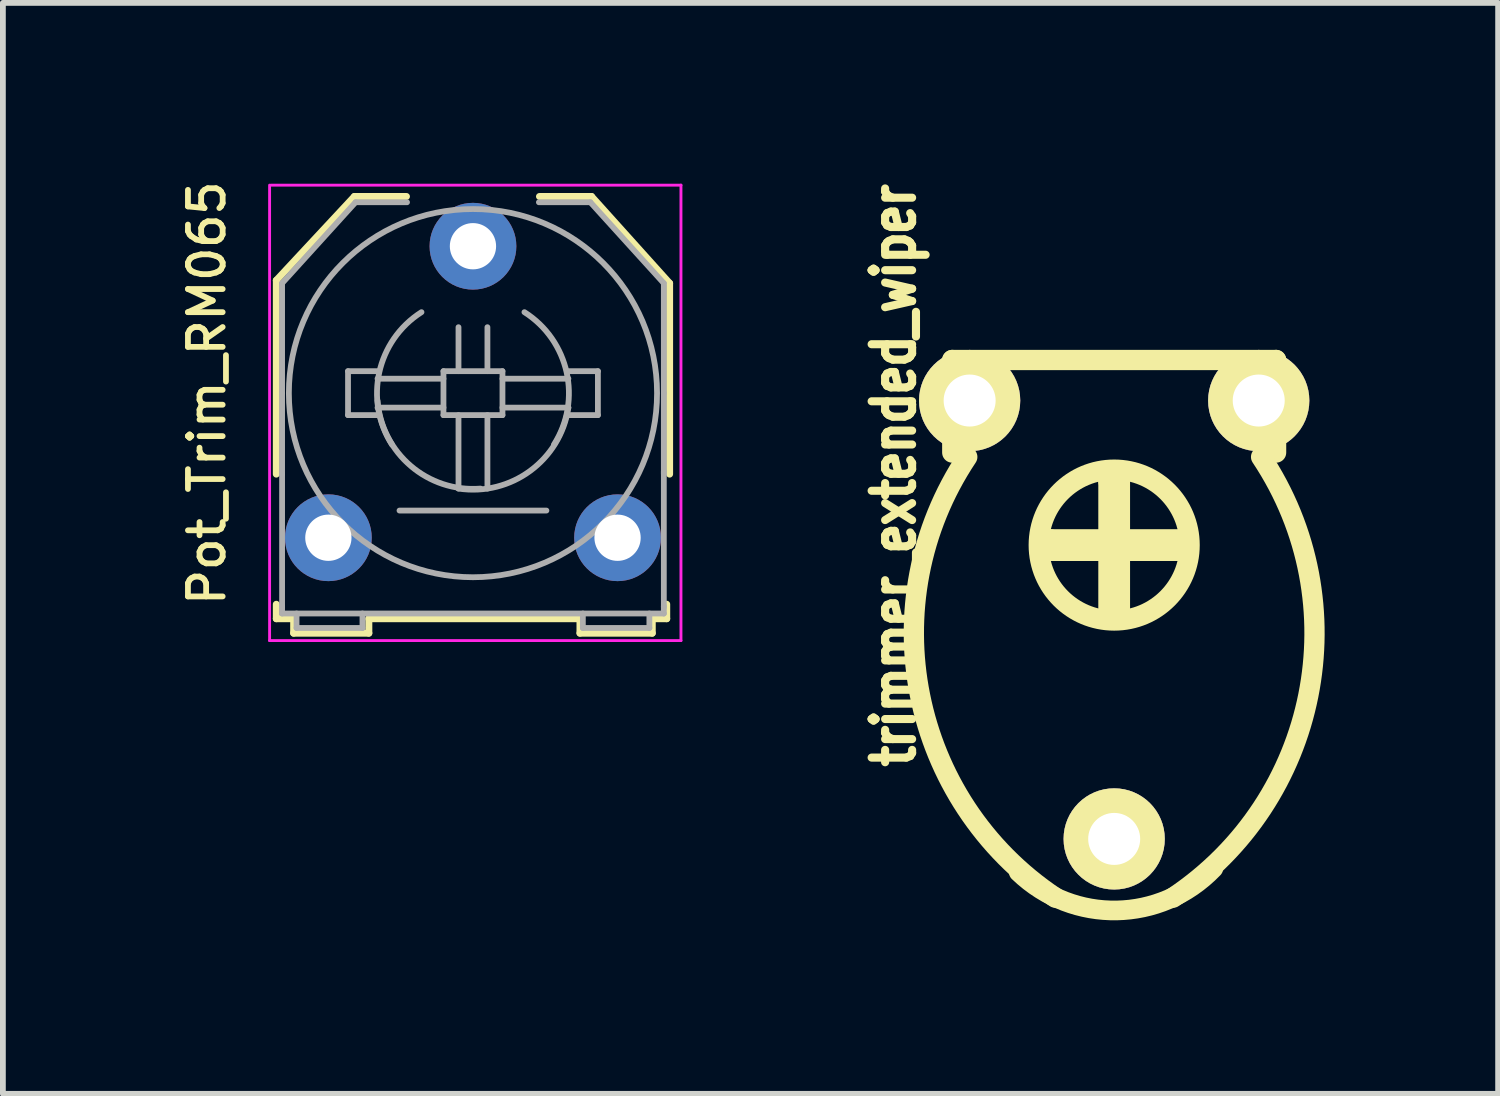
<source format=kicad_pcb>
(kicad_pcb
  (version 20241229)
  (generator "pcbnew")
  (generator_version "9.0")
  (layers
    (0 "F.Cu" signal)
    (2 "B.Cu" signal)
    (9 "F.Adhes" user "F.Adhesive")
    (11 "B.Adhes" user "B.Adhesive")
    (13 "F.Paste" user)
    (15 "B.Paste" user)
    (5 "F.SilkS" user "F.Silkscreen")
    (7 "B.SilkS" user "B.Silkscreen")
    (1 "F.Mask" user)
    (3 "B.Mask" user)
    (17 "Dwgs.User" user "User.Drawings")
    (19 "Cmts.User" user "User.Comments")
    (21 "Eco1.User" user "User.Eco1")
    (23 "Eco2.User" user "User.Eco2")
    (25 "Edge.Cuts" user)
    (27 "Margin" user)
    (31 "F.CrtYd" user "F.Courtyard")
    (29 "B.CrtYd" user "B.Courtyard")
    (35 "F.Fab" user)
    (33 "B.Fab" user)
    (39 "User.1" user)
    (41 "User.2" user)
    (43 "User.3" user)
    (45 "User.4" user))
  (footprint "trimmer_extended_wiper"
    (layer "F.Cu")
    (at 16.213 6.374)
    (property "Reference" "trimmer_extended_wiper" (at -3.81 -1.206 90) (layer "F.SilkS") (effects (font (size 0.7 0.56) (thickness 0.14))))
    (attr through_hole)
    (fp_line (start -2.799 -3.2) (end -2.799 -1.6) (stroke (width 0.351) (type solid)) (layer "F.SilkS"))
    (fp_line (start -1.1 -0.099) (end -1.1 0.099) (stroke (width 0.351) (type solid)) (layer "F.SilkS"))
    (fp_line (start -1.1 0.099) (end 1.199 0.099) (stroke (width 0.351) (type solid)) (layer "F.SilkS"))
    (fp_line (start -0.099 -1.1) (end 0.099 -1.1) (stroke (width 0.351) (type solid)) (layer "F.SilkS"))
    (fp_line (start -0.099 1.199) (end -0.099 -1.1) (stroke (width 0.351) (type solid)) (layer "F.SilkS"))
    (fp_line (start 0.099 -1.1) (end 0.099 1.199) (stroke (width 0.351) (type solid)) (layer "F.SilkS"))
    (fp_line (start 1.199 -0.099) (end -1.1 -0.099) (stroke (width 0.351) (type solid)) (layer "F.SilkS"))
    (fp_line (start 2.799 -3.2) (end -2.799 -3.2) (stroke (width 0.351) (type solid)) (layer "F.SilkS"))
    (fp_line (start 2.799 -3.2) (end 2.799 -1.6) (stroke (width 0.351) (type solid)) (layer "F.SilkS"))
    (fp_arc (start -1.016 6.096) (mid -3.356154 2.601631) (end -2.54 -1.524) (stroke (width 0.35052) (type solid)) (layer "F.SilkS"))
    (fp_arc (start 1.7145 5.588) (mid 0.044901 6.316768) (end -1.651 5.6515) (stroke (width 0.34) (type solid)) (layer "F.SilkS"))
    (fp_arc (start 2.54 -1.524) (mid 3.356154 2.601631) (end 1.016 6.096) (stroke (width 0.35052) (type solid)) (layer "F.SilkS"))
    (fp_circle (center 0 0) (end -1.3 0.099) (stroke (width 0.351) (type solid)) (fill no) (layer "F.SilkS"))
    (pad "1" thru_hole circle (at 2.499 -2.499) (size 1.75 1.75) (drill 0.899) (layers "*.Cu" "*.Mask" "F.SilkS"))
    (pad "2" thru_hole circle (at 0 5.08) (size 1.75 1.75) (drill 0.899) (layers "*.Cu" "*.Mask" "F.SilkS"))
    (pad "3" thru_hole circle (at -2.499 -2.499) (size 1.75 1.75) (drill 0.899) (layers "*.Cu" "*.Mask" "F.SilkS")))
  (footprint "Pot_Trim_RM065"
    (layer "F.Cu")
    (at 2.627 6.247)
    (property "Reference" "Pot_Trim_RM065" (at -2.1 -2.5 90) (layer "F.SilkS") (effects (font (size 0.6 0.6) (thickness 0.1))))
    (attr through_hole)
    (fp_line (start -0.9 -4.45) (end 0.45 -5.9) (stroke (width 0.12) (type solid)) (layer "F.SilkS"))
    (fp_line (start -0.9 -1.1) (end -0.9 -4.45) (stroke (width 0.12) (type solid)) (layer "F.SilkS"))
    (fp_line (start -0.9 1.4) (end -0.9 1.15) (stroke (width 0.12) (type solid)) (layer "F.SilkS"))
    (fp_line (start -0.6 1.4) (end -0.9 1.4) (stroke (width 0.12) (type solid)) (layer "F.SilkS"))
    (fp_line (start -0.6 1.65) (end -0.6 1.4) (stroke (width 0.12) (type solid)) (layer "F.SilkS"))
    (fp_line (start 0.45 -5.9) (end 1.35 -5.9) (stroke (width 0.12) (type solid)) (layer "F.SilkS"))
    (fp_line (start 0.7 1.4) (end 0.7 1.65) (stroke (width 0.12) (type solid)) (layer "F.SilkS"))
    (fp_line (start 0.7 1.65) (end -0.6 1.65) (stroke (width 0.12) (type solid)) (layer "F.SilkS"))
    (fp_line (start 3.65 -5.9) (end 4.55 -5.9) (stroke (width 0.12) (type solid)) (layer "F.SilkS"))
    (fp_line (start 4.35 1.4) (end 0.7 1.4) (stroke (width 0.12) (type solid)) (layer "F.SilkS"))
    (fp_line (start 4.35 1.65) (end 4.35 1.4) (stroke (width 0.12) (type solid)) (layer "F.SilkS"))
    (fp_line (start 4.55 -5.9) (end 5.9 -4.4) (stroke (width 0.12) (type solid)) (layer "F.SilkS"))
    (fp_line (start 5.6 1.4) (end 5.6 1.65) (stroke (width 0.12) (type solid)) (layer "F.SilkS"))
    (fp_line (start 5.6 1.65) (end 4.35 1.65) (stroke (width 0.12) (type solid)) (layer "F.SilkS"))
    (fp_line (start 5.85 1.15) (end 5.85 1.4) (stroke (width 0.12) (type solid)) (layer "F.SilkS"))
    (fp_line (start 5.85 1.4) (end 5.6 1.4) (stroke (width 0.12) (type solid)) (layer "F.SilkS"))
    (fp_line (start 5.9 -4.4) (end 5.9 -1.1) (stroke (width 0.12) (type solid)) (layer "F.SilkS"))
    (fp_line (start -1.016 -6.096) (end -1.016 1.778) (stroke (width 0.05) (type solid)) (layer "F.CrtYd"))
    (fp_line (start -0.992 -6.096) (end 6.096 -6.096) (stroke (width 0.05) (type solid)) (layer "F.CrtYd"))
    (fp_line (start 6.096 1.778) (end -1.016 1.778) (stroke (width 0.05) (type solid)) (layer "F.CrtYd"))
    (fp_line (start 6.096 1.778) (end 6.096 -6.096) (stroke (width 0.05) (type solid)) (layer "F.CrtYd"))
    (fp_line (start -0.8 -4.4) (end -0.8 -2.5) (stroke (width 0.1) (type solid)) (layer "F.Fab"))
    (fp_line (start -0.8 -2.5) (end -0.8 -1.1) (stroke (width 0.1) (type solid)) (layer "F.Fab"))
    (fp_line (start -0.8 -1.1) (end -0.8 1.2) (stroke (width 0.1) (type solid)) (layer "F.Fab"))
    (fp_line (start -0.8 1.31) (end -0.8 1.18) (stroke (width 0.1) (type solid)) (layer "F.Fab"))
    (fp_line (start -0.8 1.31) (end 5.8 1.31) (stroke (width 0.1) (type solid)) (layer "F.Fab"))
    (fp_line (start -0.55 1.31) (end -0.55 1.56) (stroke (width 0.1) (type solid)) (layer "F.Fab"))
    (fp_line (start -0.55 1.56) (end 0.59 1.56) (stroke (width 0.1) (type solid)) (layer "F.Fab"))
    (fp_line (start 0.34 -2.88) (end 0.34 -2.12) (stroke (width 0.1) (type solid)) (layer "F.Fab"))
    (fp_line (start 0.34 -2.12) (end 0.85 -2.12) (stroke (width 0.1) (type solid)) (layer "F.Fab"))
    (fp_line (start 0.47 -5.8) (end -0.8 -4.4) (stroke (width 0.1) (type solid)) (layer "F.Fab"))
    (fp_line (start 0.59 1.56) (end 0.59 1.31) (stroke (width 0.1) (type solid)) (layer "F.Fab"))
    (fp_line (start 0.85 -2.88) (end 0.34 -2.88) (stroke (width 0.1) (type solid)) (layer "F.Fab"))
    (fp_line (start 1.23 -0.47) (end 3.77 -0.47) (stroke (width 0.1) (type solid)) (layer "F.Fab"))
    (fp_line (start 1.36 -5.8) (end 0.47 -5.8) (stroke (width 0.1) (type solid)) (layer "F.Fab"))
    (fp_line (start 1.99 -2.88) (end 1.99 -2.12) (stroke (width 0.1) (type solid)) (layer "F.Fab"))
    (fp_line (start 1.99 -2.75) (end 0.85 -2.75) (stroke (width 0.1) (type solid)) (layer "F.Fab"))
    (fp_line (start 1.99 -2.25) (end 0.85 -2.25) (stroke (width 0.1) (type solid)) (layer "F.Fab"))
    (fp_line (start 1.99 -2.12) (end 3.01 -2.12) (stroke (width 0.1) (type solid)) (layer "F.Fab"))
    (fp_line (start 2.25 -2.88) (end 2.25 -3.64) (stroke (width 0.1) (type solid)) (layer "F.Fab"))
    (fp_line (start 2.25 -2.12) (end 2.25 -0.85) (stroke (width 0.1) (type solid)) (layer "F.Fab"))
    (fp_line (start 2.75 -2.88) (end 2.75 -3.64) (stroke (width 0.1) (type solid)) (layer "F.Fab"))
    (fp_line (start 2.75 -2.12) (end 2.75 -0.85) (stroke (width 0.1) (type solid)) (layer "F.Fab"))
    (fp_line (start 3.01 -2.88) (end 1.99 -2.88) (stroke (width 0.1) (type solid)) (layer "F.Fab"))
    (fp_line (start 3.01 -2.75) (end 4.15 -2.75) (stroke (width 0.1) (type solid)) (layer "F.Fab"))
    (fp_line (start 3.01 -2.25) (end 4.15 -2.25) (stroke (width 0.1) (type solid)) (layer "F.Fab"))
    (fp_line (start 3.01 -2.12) (end 3.01 -2.88) (stroke (width 0.1) (type solid)) (layer "F.Fab"))
    (fp_line (start 4.15 -2.88) (end 4.66 -2.88) (stroke (width 0.1) (type solid)) (layer "F.Fab"))
    (fp_line (start 4.4 1.56) (end 4.4 1.31) (stroke (width 0.1) (type solid)) (layer "F.Fab"))
    (fp_line (start 4.53 -5.8) (end 3.64 -5.8) (stroke (width 0.1) (type solid)) (layer "F.Fab"))
    (fp_line (start 4.53 -5.8) (end 5.8 -4.4) (stroke (width 0.1) (type solid)) (layer "F.Fab"))
    (fp_line (start 4.66 -2.88) (end 4.66 -2.12) (stroke (width 0.1) (type solid)) (layer "F.Fab"))
    (fp_line (start 4.66 -2.12) (end 4.15 -2.12) (stroke (width 0.1) (type solid)) (layer "F.Fab"))
    (fp_line (start 5.55 1.31) (end 5.55 1.56) (stroke (width 0.1) (type solid)) (layer "F.Fab"))
    (fp_line (start 5.55 1.56) (end 4.4 1.56) (stroke (width 0.1) (type solid)) (layer "F.Fab"))
    (fp_line (start 5.8 -4.4) (end 5.8 -2.5) (stroke (width 0.1) (type solid)) (layer "F.Fab"))
    (fp_line (start 5.8 -2.5) (end 5.8 -1.1) (stroke (width 0.1) (type solid)) (layer "F.Fab"))
    (fp_line (start 5.8 1.2) (end 5.8 -1.15) (stroke (width 0.1) (type solid)) (layer "F.Fab"))
    (fp_line (start 5.8 1.31) (end 5.8 1.18) (stroke (width 0.1) (type solid)) (layer "F.Fab"))
    (fp_arc (start 1.1 -1.61) (mid 0.880725 -2.860624) (end 1.61 -3.9) (stroke (width 0.1) (type solid)) (layer "F.Fab"))
    (fp_arc (start 2.63 -0.85) (mid 1.425198 -1.24135) (end 0.85 -2.37) (stroke (width 0.1) (type solid)) (layer "F.Fab"))
    (fp_arc (start 3.39 -3.9) (mid 4.119275 -2.860624) (end 3.9 -1.61) (stroke (width 0.1) (type solid)) (layer "F.Fab"))
    (fp_arc (start 4.15 -2.25) (mid 3.489949 -1.156497) (end 2.25 -0.85) (stroke (width 0.1) (type solid)) (layer "F.Fab"))
    (fp_circle (center 2.5 -2.5) (end 4.7 -0.2) (stroke (width 0.1) (type solid)) (fill no) (layer "F.Fab"))
    (pad "1" thru_hole circle (at 0 0) (size 1.5 1.5) (drill 0.8) (layers "*.Cu" "*.Mask"))
    (pad "2" thru_hole circle (at 2.5 -5.04) (size 1.5 1.5) (drill 0.8) (layers "*.Cu" "*.Mask"))
    (pad "3" thru_hole circle (at 5 0) (size 1.5 1.5) (drill 0.8) (layers "*.Cu" "*.Mask")))
  (gr_rect
    (start -3 -3)
    (end 22.851 15.861)
    (stroke (width 0.1) (type default))
    (fill no)
    (layer "Edge.Cuts")))
</source>
